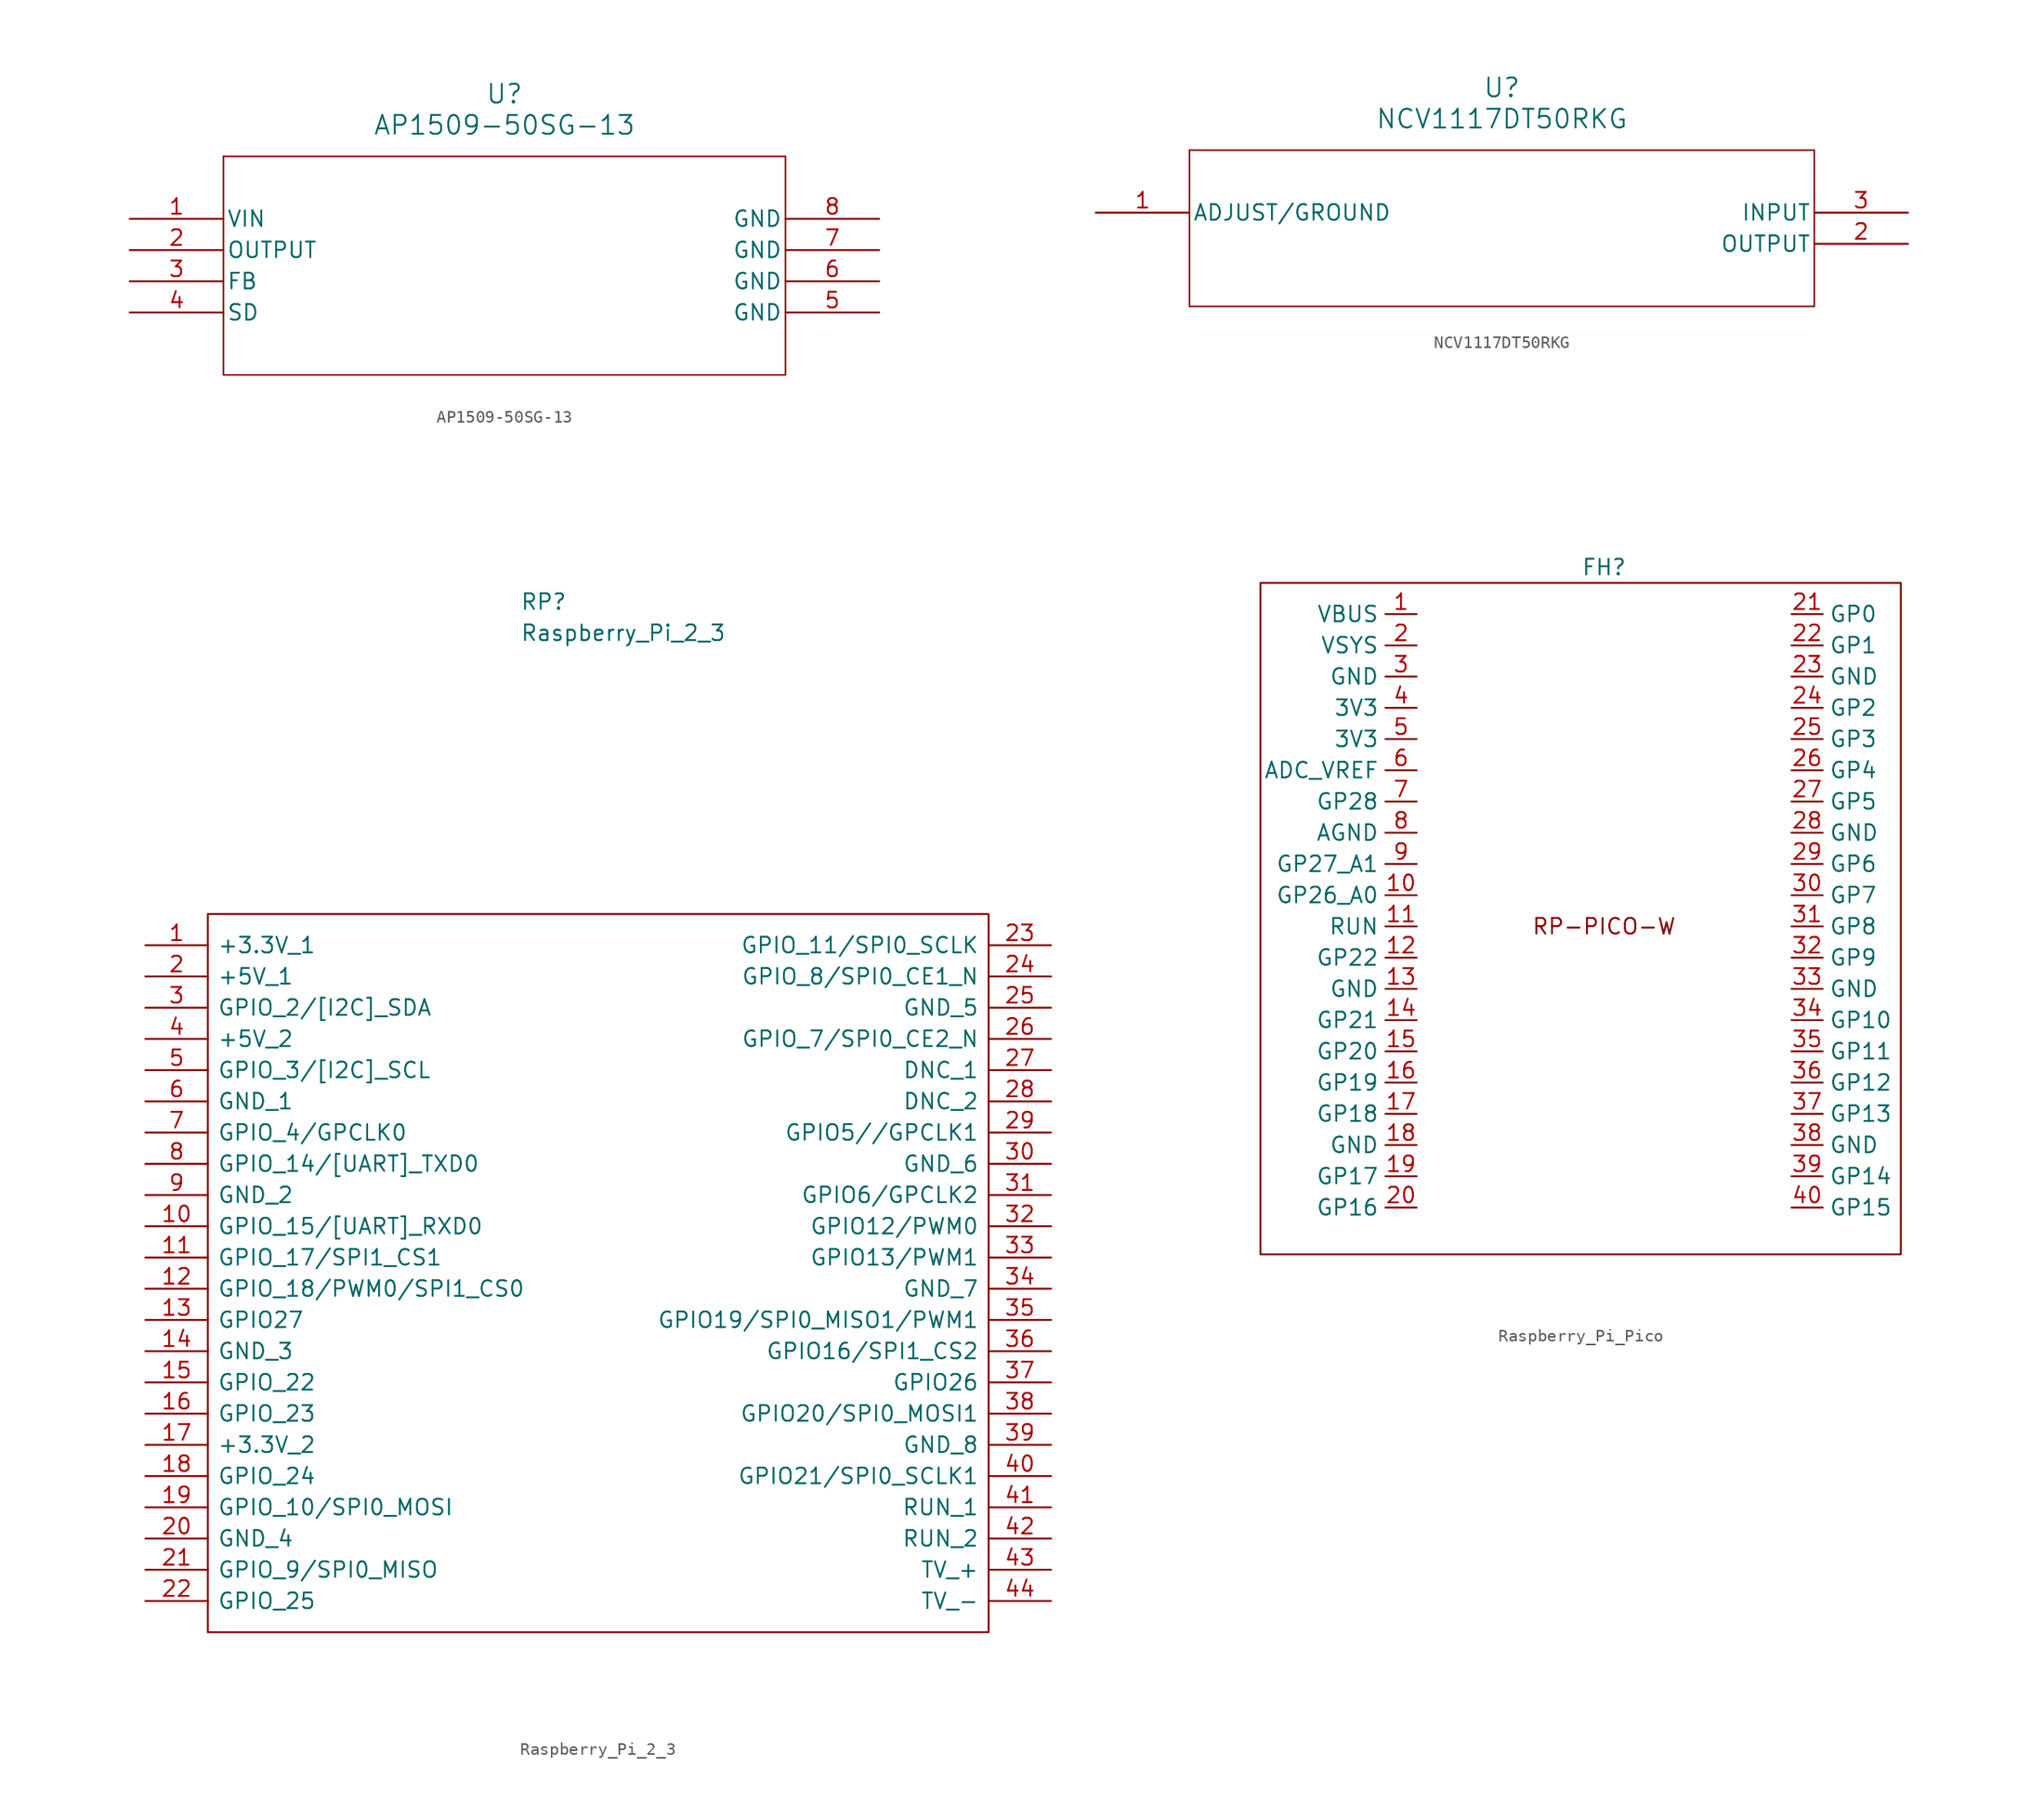
<source format=kicad_sym>
(kicad_symbol_lib
  (version 20220914)
  (generator kicad_symbol_editor)
  (symbol "AP1509-50SG-13"
    (pin_names
      (offset 0.254))
    (property "Reference" "U"
      (at 30.48 10.16 0)
      (effects (font (size 1.524 1.524))))
    (property "Value" "AP1509-50SG-13"
      (at 30.48 7.62 0)
      (effects (font (size 1.524 1.524))))
    (symbol "AP1509-50SG-13_0_1"
      (polyline (pts (xy 7.62 -12.7) (xy 53.34 -12.7)) (stroke (width 0.127) (type default)) (fill (type none)))
      (polyline (pts (xy 7.62 5.08) (xy 7.62 -12.7)) (stroke (width 0.127) (type default)) (fill (type none)))
      (polyline (pts (xy 53.34 -12.7) (xy 53.34 5.08)) (stroke (width 0.127) (type default)) (fill (type none)))
      (polyline (pts (xy 53.34 5.08) (xy 7.62 5.08)) (stroke (width 0.127) (type default)) (fill (type none)))
      (pin input line (at 0 0 0) (length 7.62) (name "VIN" (effects (font (size 1.27 1.27)))) (number "1" (effects (font (size 1.27 1.27)))))
      (pin output line (at 0 -2.54 0) (length 7.62) (name "OUTPUT" (effects (font (size 1.27 1.27)))) (number "2" (effects (font (size 1.27 1.27)))))
      (pin output line (at 0 -5.08 0) (length 7.62) (name "FB" (effects (font (size 1.27 1.27)))) (number "3" (effects (font (size 1.27 1.27)))))
      (pin unspecified line (at 0 -7.62 0) (length 7.62) (name "SD" (effects (font (size 1.27 1.27)))) (number "4" (effects (font (size 1.27 1.27)))))
      (pin power_in line (at 60.96 -7.62 180) (length 7.62) (name "GND" (effects (font (size 1.27 1.27)))) (number "5" (effects (font (size 1.27 1.27)))))
      (pin power_in line (at 60.96 -5.08 180) (length 7.62) (name "GND" (effects (font (size 1.27 1.27)))) (number "6" (effects (font (size 1.27 1.27)))))
      (pin power_in line (at 60.96 -2.54 180) (length 7.62) (name "GND" (effects (font (size 1.27 1.27)))) (number "7" (effects (font (size 1.27 1.27)))))
      (pin power_in line (at 60.96 0 180) (length 7.62) (name "GND" (effects (font (size 1.27 1.27)))) (number "8" (effects (font (size 1.27 1.27)))))))
  (symbol "NCV1117DT50RKG"
    (pin_names
      (offset 0.254))
    (property "Reference" "U"
      (at 33.02 10.16 0)
      (effects (font (size 1.524 1.524))))
    (property "Value" "NCV1117DT50RKG"
      (at 33.02 7.62 0)
      (effects (font (size 1.524 1.524))))
    (property "ki_locked" ""
      (at 0 0 0)
      (effects (font (size 1.27 1.27))))
    (symbol "NCV1117DT50RKG_0_1"
      (polyline (pts (xy 7.62 -7.62) (xy 58.42 -7.62)) (stroke (width 0.127) (type default)) (fill (type none)))
      (polyline (pts (xy 7.62 5.08) (xy 7.62 -7.62)) (stroke (width 0.127) (type default)) (fill (type none)))
      (polyline (pts (xy 58.42 -7.62) (xy 58.42 5.08)) (stroke (width 0.127) (type default)) (fill (type none)))
      (polyline (pts (xy 58.42 5.08) (xy 7.62 5.08)) (stroke (width 0.127) (type default)) (fill (type none)))
      (pin bidirectional line (at 0 0 0) (length 7.62) (name "ADJUST/GROUND" (effects (font (size 1.27 1.27)))) (number "1" (effects (font (size 1.27 1.27)))))
      (pin output line (at 66.04 -2.54 180) (length 7.62) (name "OUTPUT" (effects (font (size 1.27 1.27)))) (number "2" (effects (font (size 1.27 1.27)))))
      (pin input line (at 66.04 0 180) (length 7.62) (name "INPUT" (effects (font (size 1.27 1.27)))) (number "3" (effects (font (size 1.27 1.27)))))))
  (symbol "Raspberry_Pi_2_3"
    (pin_names
      (offset 0.762))
    (property "Reference" "RP"
      (at 30.48 27.94 0)
      (effects (font (size 1.27 1.27)) (justify left)))
    (property "Value" "Raspberry_Pi_2_3"
      (at 30.48 25.4 0)
      (effects (font (size 1.27 1.27)) (justify left)))
    (symbol "Raspberry_Pi_2_3_0_0"
      (pin bidirectional line (at 0 0 0) (length 5.08) (name "+3.3V_1" (effects (font (size 1.27 1.27)))) (number "1" (effects (font (size 1.27 1.27)))))
      (pin bidirectional line (at 0 -22.86 0) (length 5.08) (name "GPIO_15/[UART]_RXD0" (effects (font (size 1.27 1.27)))) (number "10" (effects (font (size 1.27 1.27)))))
      (pin bidirectional line (at 0 -25.4 0) (length 5.08) (name "GPIO_17/SPI1_CS1" (effects (font (size 1.27 1.27)))) (number "11" (effects (font (size 1.27 1.27)))))
      (pin bidirectional line (at 0 -27.94 0) (length 5.08) (name "GPIO_18/PWM0/SPI1_CS0" (effects (font (size 1.27 1.27)))) (number "12" (effects (font (size 1.27 1.27)))))
      (pin bidirectional line (at 0 -30.48 0) (length 5.08) (name "GPIO27" (effects (font (size 1.27 1.27)))) (number "13" (effects (font (size 1.27 1.27)))))
      (pin bidirectional line (at 0 -33.02 0) (length 5.08) (name "GND_3" (effects (font (size 1.27 1.27)))) (number "14" (effects (font (size 1.27 1.27)))))
      (pin bidirectional line (at 0 -35.56 0) (length 5.08) (name "GPIO_22" (effects (font (size 1.27 1.27)))) (number "15" (effects (font (size 1.27 1.27)))))
      (pin bidirectional line (at 0 -38.1 0) (length 5.08) (name "GPIO_23" (effects (font (size 1.27 1.27)))) (number "16" (effects (font (size 1.27 1.27)))))
      (pin bidirectional line (at 0 -40.64 0) (length 5.08) (name "+3.3V_2" (effects (font (size 1.27 1.27)))) (number "17" (effects (font (size 1.27 1.27)))))
      (pin bidirectional line (at 0 -43.18 0) (length 5.08) (name "GPIO_24" (effects (font (size 1.27 1.27)))) (number "18" (effects (font (size 1.27 1.27)))))
      (pin bidirectional line (at 0 -45.72 0) (length 5.08) (name "GPIO_10/SPI0_MOSI" (effects (font (size 1.27 1.27)))) (number "19" (effects (font (size 1.27 1.27)))))
      (pin bidirectional line (at 0 -2.54 0) (length 5.08) (name "+5V_1" (effects (font (size 1.27 1.27)))) (number "2" (effects (font (size 1.27 1.27)))))
      (pin bidirectional line (at 0 -48.26 0) (length 5.08) (name "GND_4" (effects (font (size 1.27 1.27)))) (number "20" (effects (font (size 1.27 1.27)))))
      (pin bidirectional line (at 0 -50.8 0) (length 5.08) (name "GPIO_9/SPI0_MISO" (effects (font (size 1.27 1.27)))) (number "21" (effects (font (size 1.27 1.27)))))
      (pin bidirectional line (at 0 -53.34 0) (length 5.08) (name "GPIO_25" (effects (font (size 1.27 1.27)))) (number "22" (effects (font (size 1.27 1.27)))))
      (pin bidirectional line (at 73.66 0 180) (length 5.08) (name "GPIO_11/SPI0_SCLK" (effects (font (size 1.27 1.27)))) (number "23" (effects (font (size 1.27 1.27)))))
      (pin bidirectional line (at 73.66 -2.54 180) (length 5.08) (name "GPIO_8/SPI0_CE1_N" (effects (font (size 1.27 1.27)))) (number "24" (effects (font (size 1.27 1.27)))))
      (pin bidirectional line (at 73.66 -5.08 180) (length 5.08) (name "GND_5" (effects (font (size 1.27 1.27)))) (number "25" (effects (font (size 1.27 1.27)))))
      (pin bidirectional line (at 73.66 -7.62 180) (length 5.08) (name "GPIO_7/SPI0_CE2_N" (effects (font (size 1.27 1.27)))) (number "26" (effects (font (size 1.27 1.27)))))
      (pin bidirectional line (at 73.66 -10.16 180) (length 5.08) (name "DNC_1" (effects (font (size 1.27 1.27)))) (number "27" (effects (font (size 1.27 1.27)))))
      (pin bidirectional line (at 73.66 -12.7 180) (length 5.08) (name "DNC_2" (effects (font (size 1.27 1.27)))) (number "28" (effects (font (size 1.27 1.27)))))
      (pin bidirectional line (at 73.66 -15.24 180) (length 5.08) (name "GPIO5//GPCLK1" (effects (font (size 1.27 1.27)))) (number "29" (effects (font (size 1.27 1.27)))))
      (pin bidirectional line (at 0 -5.08 0) (length 5.08) (name "GPIO_2/[I2C]_SDA" (effects (font (size 1.27 1.27)))) (number "3" (effects (font (size 1.27 1.27)))))
      (pin bidirectional line (at 73.66 -17.78 180) (length 5.08) (name "GND_6" (effects (font (size 1.27 1.27)))) (number "30" (effects (font (size 1.27 1.27)))))
      (pin bidirectional line (at 73.66 -20.32 180) (length 5.08) (name "GPIO6/GPCLK2" (effects (font (size 1.27 1.27)))) (number "31" (effects (font (size 1.27 1.27)))))
      (pin bidirectional line (at 73.66 -22.86 180) (length 5.08) (name "GPIO12/PWM0" (effects (font (size 1.27 1.27)))) (number "32" (effects (font (size 1.27 1.27)))))
      (pin bidirectional line (at 73.66 -25.4 180) (length 5.08) (name "GPIO13/PWM1" (effects (font (size 1.27 1.27)))) (number "33" (effects (font (size 1.27 1.27)))))
      (pin bidirectional line (at 73.66 -27.94 180) (length 5.08) (name "GND_7" (effects (font (size 1.27 1.27)))) (number "34" (effects (font (size 1.27 1.27)))))
      (pin bidirectional line (at 73.66 -30.48 180) (length 5.08) (name "GPIO19/SPI0_MISO1/PWM1" (effects (font (size 1.27 1.27)))) (number "35" (effects (font (size 1.27 1.27)))))
      (pin bidirectional line (at 73.66 -33.02 180) (length 5.08) (name "GPIO16/SPI1_CS2" (effects (font (size 1.27 1.27)))) (number "36" (effects (font (size 1.27 1.27)))))
      (pin bidirectional line (at 73.66 -35.56 180) (length 5.08) (name "GPIO26" (effects (font (size 1.27 1.27)))) (number "37" (effects (font (size 1.27 1.27)))))
      (pin bidirectional line (at 73.66 -38.1 180) (length 5.08) (name "GPIO20/SPI0_MOSI1" (effects (font (size 1.27 1.27)))) (number "38" (effects (font (size 1.27 1.27)))))
      (pin bidirectional line (at 73.66 -40.64 180) (length 5.08) (name "GND_8" (effects (font (size 1.27 1.27)))) (number "39" (effects (font (size 1.27 1.27)))))
      (pin bidirectional line (at 0 -7.62 0) (length 5.08) (name "+5V_2" (effects (font (size 1.27 1.27)))) (number "4" (effects (font (size 1.27 1.27)))))
      (pin bidirectional line (at 73.66 -43.18 180) (length 5.08) (name "GPIO21/SPI0_SCLK1" (effects (font (size 1.27 1.27)))) (number "40" (effects (font (size 1.27 1.27)))))
      (pin bidirectional line (at 73.66 -45.72 180) (length 5.08) (name "RUN_1" (effects (font (size 1.27 1.27)))) (number "41" (effects (font (size 1.27 1.27)))))
      (pin bidirectional line (at 73.66 -48.26 180) (length 5.08) (name "RUN_2" (effects (font (size 1.27 1.27)))) (number "42" (effects (font (size 1.27 1.27)))))
      (pin bidirectional line (at 73.66 -50.8 180) (length 5.08) (name "TV_+" (effects (font (size 1.27 1.27)))) (number "43" (effects (font (size 1.27 1.27)))))
      (pin bidirectional line (at 73.66 -53.34 180) (length 5.08) (name "TV_-" (effects (font (size 1.27 1.27)))) (number "44" (effects (font (size 1.27 1.27)))))
      (pin bidirectional line (at 0 -10.16 0) (length 5.08) (name "GPIO_3/[I2C]_SCL" (effects (font (size 1.27 1.27)))) (number "5" (effects (font (size 1.27 1.27)))))
      (pin bidirectional line (at 0 -12.7 0) (length 5.08) (name "GND_1" (effects (font (size 1.27 1.27)))) (number "6" (effects (font (size 1.27 1.27)))))
      (pin bidirectional line (at 0 -15.24 0) (length 5.08) (name "GPIO_4/GPCLK0" (effects (font (size 1.27 1.27)))) (number "7" (effects (font (size 1.27 1.27)))))
      (pin bidirectional line (at 0 -17.78 0) (length 5.08) (name "GPIO_14/[UART]_TXD0" (effects (font (size 1.27 1.27)))) (number "8" (effects (font (size 1.27 1.27)))))
      (pin bidirectional line (at 0 -20.32 0) (length 5.08) (name "GND_2" (effects (font (size 1.27 1.27)))) (number "9" (effects (font (size 1.27 1.27))))))
    (symbol "Raspberry_Pi_2_3_0_1"
      (polyline (pts (xy 5.08 2.54) (xy 68.58 2.54) (xy 68.58 -55.88) (xy 5.08 -55.88) (xy 5.08 2.54)) (stroke (width 0.152) (type solid)) (fill (type none)))))
  (symbol "Raspberry_Pi_Pico"
    (property "Reference" "FH"
      (at 0 29.21 0)
      (effects (font (size 1.27 1.27))))
    (property "Value" ""
      (at 0 29.21 0)
      (effects (font (size 1.27 1.27))))
    (symbol "Raspberry_Pi_Pico_0_1"
      (rectangle (start -27.94 27.94) (end 24.13 -26.67) (stroke (width 0) (type default)) (fill (type none))))
    (symbol "Raspberry_Pi_Pico_1_1"
      (text "RP-PICO-W\n" (at 0 0 0) (effects (font (size 1.27 1.27))))
      (pin input line (at -15.24 25.4 180) (length 2.54) (name "VBUS" (effects (font (size 1.27 1.27)))) (number "1" (effects (font (size 1.27 1.27)))))
      (pin input line (at -15.24 2.54 180) (length 2.54) (name "GP26_A0" (effects (font (size 1.27 1.27)))) (number "10" (effects (font (size 1.27 1.27)))))
      (pin input line (at -15.24 0 180) (length 2.54) (name "RUN" (effects (font (size 1.27 1.27)))) (number "11" (effects (font (size 1.27 1.27)))))
      (pin input line (at -15.24 -2.54 180) (length 2.54) (name "GP22" (effects (font (size 1.27 1.27)))) (number "12" (effects (font (size 1.27 1.27)))))
      (pin input line (at -15.24 -5.08 180) (length 2.54) (name "GND" (effects (font (size 1.27 1.27)))) (number "13" (effects (font (size 1.27 1.27)))))
      (pin input line (at -15.24 -7.62 180) (length 2.54) (name "GP21" (effects (font (size 1.27 1.27)))) (number "14" (effects (font (size 1.27 1.27)))))
      (pin input line (at -15.24 -10.16 180) (length 2.54) (name "GP20" (effects (font (size 1.27 1.27)))) (number "15" (effects (font (size 1.27 1.27)))))
      (pin input line (at -15.24 -12.7 180) (length 2.54) (name "GP19" (effects (font (size 1.27 1.27)))) (number "16" (effects (font (size 1.27 1.27)))))
      (pin input line (at -15.24 -15.24 180) (length 2.54) (name "GP18" (effects (font (size 1.27 1.27)))) (number "17" (effects (font (size 1.27 1.27)))))
      (pin input line (at -15.24 -17.78 180) (length 2.54) (name "GND" (effects (font (size 1.27 1.27)))) (number "18" (effects (font (size 1.27 1.27)))))
      (pin input line (at -15.24 -20.32 180) (length 2.54) (name "GP17" (effects (font (size 1.27 1.27)))) (number "19" (effects (font (size 1.27 1.27)))))
      (pin input line (at -15.24 22.86 180) (length 2.54) (name "VSYS" (effects (font (size 1.27 1.27)))) (number "2" (effects (font (size 1.27 1.27)))))
      (pin input line (at -15.24 -22.86 180) (length 2.54) (name "GP16" (effects (font (size 1.27 1.27)))) (number "20" (effects (font (size 1.27 1.27)))))
      (pin input line (at 15.24 25.4 0) (length 2.54) (name "GP0" (effects (font (size 1.27 1.27)))) (number "21" (effects (font (size 1.27 1.27)))))
      (pin input line (at 15.24 22.86 0) (length 2.54) (name "GP1" (effects (font (size 1.27 1.27)))) (number "22" (effects (font (size 1.27 1.27)))))
      (pin input line (at 15.24 20.32 0) (length 2.54) (name "GND" (effects (font (size 1.27 1.27)))) (number "23" (effects (font (size 1.27 1.27)))))
      (pin input line (at 15.24 17.78 0) (length 2.54) (name "GP2" (effects (font (size 1.27 1.27)))) (number "24" (effects (font (size 1.27 1.27)))))
      (pin input line (at 15.24 15.24 0) (length 2.54) (name "GP3" (effects (font (size 1.27 1.27)))) (number "25" (effects (font (size 1.27 1.27)))))
      (pin input line (at 15.24 12.7 0) (length 2.54) (name "GP4" (effects (font (size 1.27 1.27)))) (number "26" (effects (font (size 1.27 1.27)))))
      (pin input line (at 15.24 10.16 0) (length 2.54) (name "GP5" (effects (font (size 1.27 1.27)))) (number "27" (effects (font (size 1.27 1.27)))))
      (pin input line (at 15.24 7.62 0) (length 2.54) (name "GND" (effects (font (size 1.27 1.27)))) (number "28" (effects (font (size 1.27 1.27)))))
      (pin input line (at 15.24 5.08 0) (length 2.54) (name "GP6" (effects (font (size 1.27 1.27)))) (number "29" (effects (font (size 1.27 1.27)))))
      (pin input line (at -15.24 20.32 180) (length 2.54) (name "GND" (effects (font (size 1.27 1.27)))) (number "3" (effects (font (size 1.27 1.27)))))
      (pin input line (at 15.24 2.54 0) (length 2.54) (name "GP7" (effects (font (size 1.27 1.27)))) (number "30" (effects (font (size 1.27 1.27)))))
      (pin input line (at 15.24 0 0) (length 2.54) (name "GP8" (effects (font (size 1.27 1.27)))) (number "31" (effects (font (size 1.27 1.27)))))
      (pin input line (at 15.24 -2.54 0) (length 2.54) (name "GP9" (effects (font (size 1.27 1.27)))) (number "32" (effects (font (size 1.27 1.27)))))
      (pin input line (at 15.24 -5.08 0) (length 2.54) (name "GND" (effects (font (size 1.27 1.27)))) (number "33" (effects (font (size 1.27 1.27)))))
      (pin input line (at 15.24 -7.62 0) (length 2.54) (name "GP10" (effects (font (size 1.27 1.27)))) (number "34" (effects (font (size 1.27 1.27)))))
      (pin input line (at 15.24 -10.16 0) (length 2.54) (name "GP11" (effects (font (size 1.27 1.27)))) (number "35" (effects (font (size 1.27 1.27)))))
      (pin input line (at 15.24 -12.7 0) (length 2.54) (name "GP12" (effects (font (size 1.27 1.27)))) (number "36" (effects (font (size 1.27 1.27)))))
      (pin input line (at 15.24 -15.24 0) (length 2.54) (name "GP13" (effects (font (size 1.27 1.27)))) (number "37" (effects (font (size 1.27 1.27)))))
      (pin input line (at 15.24 -17.78 0) (length 2.54) (name "GND" (effects (font (size 1.27 1.27)))) (number "38" (effects (font (size 1.27 1.27)))))
      (pin input line (at 15.24 -20.32 0) (length 2.54) (name "GP14" (effects (font (size 1.27 1.27)))) (number "39" (effects (font (size 1.27 1.27)))))
      (pin input line (at -15.24 17.78 180) (length 2.54) (name "3V3" (effects (font (size 1.27 1.27)))) (number "4" (effects (font (size 1.27 1.27)))))
      (pin input line (at 15.24 -22.86 0) (length 2.54) (name "GP15" (effects (font (size 1.27 1.27)))) (number "40" (effects (font (size 1.27 1.27)))))
      (pin input line (at -15.24 15.24 180) (length 2.54) (name "3V3" (effects (font (size 1.27 1.27)))) (number "5" (effects (font (size 1.27 1.27)))))
      (pin input line (at -15.24 12.7 180) (length 2.54) (name "ADC_VREF" (effects (font (size 1.27 1.27)))) (number "6" (effects (font (size 1.27 1.27)))))
      (pin input line (at -15.24 10.16 180) (length 2.54) (name "GP28" (effects (font (size 1.27 1.27)))) (number "7" (effects (font (size 1.27 1.27)))))
      (pin input line (at -15.24 7.62 180) (length 2.54) (name "AGND" (effects (font (size 1.27 1.27)))) (number "8" (effects (font (size 1.27 1.27)))))
      (pin input line (at -15.24 5.08 180) (length 2.54) (name "GP27_A1" (effects (font (size 1.27 1.27)))) (number "9" (effects (font (size 1.27 1.27))))))))
</source>
